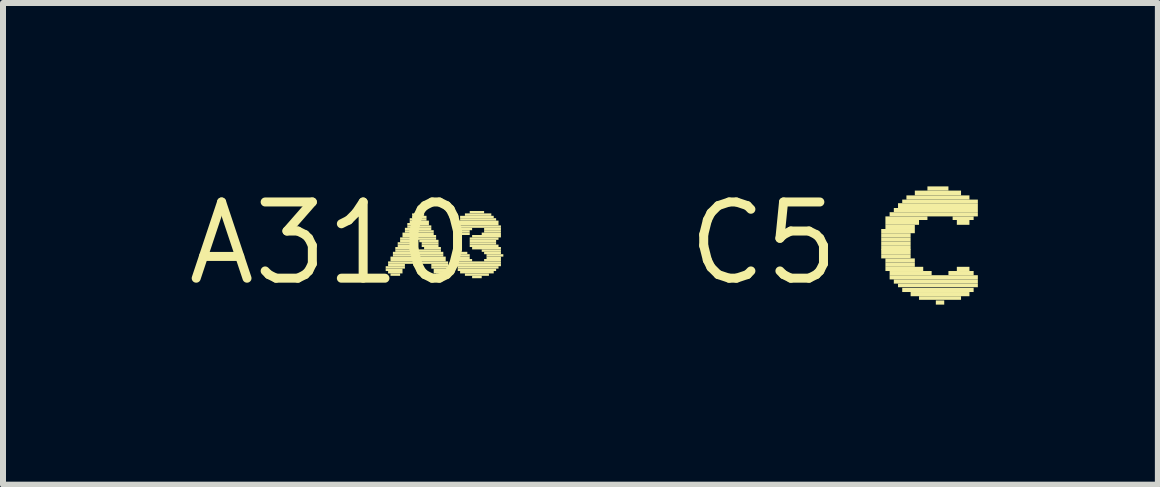
<source format=kicad_pcb>
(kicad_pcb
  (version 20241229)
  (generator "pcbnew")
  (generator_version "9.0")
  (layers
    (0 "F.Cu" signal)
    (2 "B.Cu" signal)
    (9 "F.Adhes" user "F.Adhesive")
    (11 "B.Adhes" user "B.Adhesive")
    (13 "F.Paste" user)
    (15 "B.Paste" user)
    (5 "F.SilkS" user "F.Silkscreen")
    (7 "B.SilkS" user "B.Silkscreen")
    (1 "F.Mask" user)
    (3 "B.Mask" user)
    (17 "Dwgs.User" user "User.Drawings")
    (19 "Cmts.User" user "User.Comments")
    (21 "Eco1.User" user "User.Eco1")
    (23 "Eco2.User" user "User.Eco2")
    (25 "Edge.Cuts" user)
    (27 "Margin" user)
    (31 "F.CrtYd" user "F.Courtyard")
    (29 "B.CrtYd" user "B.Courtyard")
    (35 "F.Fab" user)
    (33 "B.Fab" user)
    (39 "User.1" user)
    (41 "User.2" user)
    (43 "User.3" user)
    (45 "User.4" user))
  (footprint "A310"
    (layer "F.Cu")
    (at 2.457 1.006)
    (property "Reference" "A310" (at 0 0 0) (layer "F.SilkS") (effects (font (size 1.27 1.27) (thickness 0.15))))
    (attr through_hole)
    (fp_poly (pts (xy 0.92 0.42) (xy 1.24 0.42) (xy 1.24 0.38) (xy 0.92 0.38)) (stroke (width 0) (type solid)) (fill yes) (layer "F.SilkS"))
    (fp_poly (pts (xy 0.92 0.46) (xy 1.2 0.46) (xy 1.2 0.42) (xy 0.92 0.42)) (stroke (width 0) (type solid)) (fill yes) (layer "F.SilkS"))
    (fp_poly (pts (xy 0.96 0.34) (xy 1.96 0.34) (xy 1.96 0.3) (xy 0.96 0.3)) (stroke (width 0) (type solid)) (fill yes) (layer "F.SilkS"))
    (fp_poly (pts (xy 0.96 0.38) (xy 1.24 0.38) (xy 1.24 0.34) (xy 0.96 0.34)) (stroke (width 0) (type solid)) (fill yes) (layer "F.SilkS"))
    (fp_poly (pts (xy 0.96 0.5) (xy 1.2 0.5) (xy 1.2 0.46) (xy 0.96 0.46)) (stroke (width 0) (type solid)) (fill yes) (layer "F.SilkS"))
    (fp_poly (pts (xy 1 0.26) (xy 1.92 0.26) (xy 1.92 0.22) (xy 1 0.22)) (stroke (width 0) (type solid)) (fill yes) (layer "F.SilkS"))
    (fp_poly (pts (xy 1 0.3) (xy 1.92 0.3) (xy 1.92 0.26) (xy 1 0.26)) (stroke (width 0) (type solid)) (fill yes) (layer "F.SilkS"))
    (fp_poly (pts (xy 1 0.54) (xy 1.16 0.54) (xy 1.16 0.5) (xy 1 0.5)) (stroke (width 0) (type solid)) (fill yes) (layer "F.SilkS"))
    (fp_poly (pts (xy 1.04 0.18) (xy 1.88 0.18) (xy 1.88 0.14) (xy 1.04 0.14)) (stroke (width 0) (type solid)) (fill yes) (layer "F.SilkS"))
    (fp_poly (pts (xy 1.04 0.22) (xy 1.88 0.22) (xy 1.88 0.18) (xy 1.04 0.18)) (stroke (width 0) (type solid)) (fill yes) (layer "F.SilkS"))
    (fp_poly (pts (xy 1.08 0.1) (xy 1.4 0.1) (xy 1.4 0.06) (xy 1.08 0.06)) (stroke (width 0) (type solid)) (fill yes) (layer "F.SilkS"))
    (fp_poly (pts (xy 1.08 0.14) (xy 1.84 0.14) (xy 1.84 0.1) (xy 1.08 0.1)) (stroke (width 0) (type solid)) (fill yes) (layer "F.SilkS"))
    (fp_poly (pts (xy 1.12 0.02) (xy 1.44 0.02) (xy 1.44 -0.02) (xy 1.12 -0.02)) (stroke (width 0) (type solid)) (fill yes) (layer "F.SilkS"))
    (fp_poly (pts (xy 1.12 0.06) (xy 1.4 0.06) (xy 1.4 0.02) (xy 1.12 0.02)) (stroke (width 0) (type solid)) (fill yes) (layer "F.SilkS"))
    (fp_poly (pts (xy 1.16 -0.06) (xy 1.76 -0.06) (xy 1.76 -0.1) (xy 1.16 -0.1)) (stroke (width 0) (type solid)) (fill yes) (layer "F.SilkS"))
    (fp_poly (pts (xy 1.16 -0.02) (xy 1.44 -0.02) (xy 1.44 -0.06) (xy 1.16 -0.06)) (stroke (width 0) (type solid)) (fill yes) (layer "F.SilkS"))
    (fp_poly (pts (xy 1.2 -0.14) (xy 1.72 -0.14) (xy 1.72 -0.18) (xy 1.2 -0.18)) (stroke (width 0) (type solid)) (fill yes) (layer "F.SilkS"))
    (fp_poly (pts (xy 1.2 -0.1) (xy 1.76 -0.1) (xy 1.76 -0.14) (xy 1.2 -0.14)) (stroke (width 0) (type solid)) (fill yes) (layer "F.SilkS"))
    (fp_poly (pts (xy 1.24 -0.22) (xy 1.68 -0.22) (xy 1.68 -0.26) (xy 1.24 -0.26)) (stroke (width 0) (type solid)) (fill yes) (layer "F.SilkS"))
    (fp_poly (pts (xy 1.24 -0.18) (xy 1.72 -0.18) (xy 1.72 -0.22) (xy 1.24 -0.22)) (stroke (width 0) (type solid)) (fill yes) (layer "F.SilkS"))
    (fp_poly (pts (xy 1.28 -0.3) (xy 1.64 -0.3) (xy 1.64 -0.34) (xy 1.28 -0.34)) (stroke (width 0) (type solid)) (fill yes) (layer "F.SilkS"))
    (fp_poly (pts (xy 1.28 -0.26) (xy 1.68 -0.26) (xy 1.68 -0.3) (xy 1.28 -0.3)) (stroke (width 0) (type solid)) (fill yes) (layer "F.SilkS"))
    (fp_poly (pts (xy 1.32 -0.38) (xy 1.6 -0.38) (xy 1.6 -0.42) (xy 1.32 -0.42)) (stroke (width 0) (type solid)) (fill yes) (layer "F.SilkS"))
    (fp_poly (pts (xy 1.32 -0.34) (xy 1.64 -0.34) (xy 1.64 -0.38) (xy 1.32 -0.38)) (stroke (width 0) (type solid)) (fill yes) (layer "F.SilkS"))
    (fp_poly (pts (xy 1.36 -0.46) (xy 1.56 -0.46) (xy 1.56 -0.5) (xy 1.36 -0.5)) (stroke (width 0) (type solid)) (fill yes) (layer "F.SilkS"))
    (fp_poly (pts (xy 1.36 -0.42) (xy 1.6 -0.42) (xy 1.6 -0.46) (xy 1.36 -0.46)) (stroke (width 0) (type solid)) (fill yes) (layer "F.SilkS"))
    (fp_poly (pts (xy 1.44 -0.5) (xy 1.48 -0.5) (xy 1.48 -0.54) (xy 1.44 -0.54)) (stroke (width 0) (type solid)) (fill yes) (layer "F.SilkS"))
    (fp_poly (pts (xy 1.48 -0.02) (xy 1.8 -0.02) (xy 1.8 -0.06) (xy 1.48 -0.06)) (stroke (width 0) (type solid)) (fill yes) (layer "F.SilkS"))
    (fp_poly (pts (xy 1.52 0.02) (xy 1.8 0.02) (xy 1.8 -0.02) (xy 1.52 -0.02)) (stroke (width 0) (type solid)) (fill yes) (layer "F.SilkS"))
    (fp_poly (pts (xy 1.52 0.06) (xy 1.8 0.06) (xy 1.8 0.02) (xy 1.52 0.02)) (stroke (width 0) (type solid)) (fill yes) (layer "F.SilkS"))
    (fp_poly (pts (xy 1.56 0.1) (xy 1.84 0.1) (xy 1.84 0.06) (xy 1.56 0.06)) (stroke (width 0) (type solid)) (fill yes) (layer "F.SilkS"))
    (fp_poly (pts (xy 1.68 0.38) (xy 1.96 0.38) (xy 1.96 0.34) (xy 1.68 0.34)) (stroke (width 0) (type solid)) (fill yes) (layer "F.SilkS"))
    (fp_poly (pts (xy 1.68 0.42) (xy 2 0.42) (xy 2 0.38) (xy 1.68 0.38)) (stroke (width 0) (type solid)) (fill yes) (layer "F.SilkS"))
    (fp_poly (pts (xy 1.72 0.46) (xy 2 0.46) (xy 2 0.42) (xy 1.72 0.42)) (stroke (width 0) (type solid)) (fill yes) (layer "F.SilkS"))
    (fp_poly (pts (xy 1.72 0.5) (xy 2 0.5) (xy 2 0.46) (xy 1.72 0.46)) (stroke (width 0) (type solid)) (fill yes) (layer "F.SilkS"))
    (fp_poly (pts (xy 1.76 0.54) (xy 1.92 0.54) (xy 1.92 0.5) (xy 1.76 0.5)) (stroke (width 0) (type solid)) (fill yes) (layer "F.SilkS"))
    (fp_poly (pts (xy 2.04 0.22) (xy 2.32 0.22) (xy 2.32 0.18) (xy 2.04 0.18)) (stroke (width 0) (type solid)) (fill yes) (layer "F.SilkS"))
    (fp_poly (pts (xy 2.04 0.26) (xy 2.32 0.26) (xy 2.32 0.22) (xy 2.04 0.22)) (stroke (width 0) (type solid)) (fill yes) (layer "F.SilkS"))
    (fp_poly (pts (xy 2.04 0.3) (xy 2.36 0.3) (xy 2.36 0.26) (xy 2.04 0.26)) (stroke (width 0) (type solid)) (fill yes) (layer "F.SilkS"))
    (fp_poly (pts (xy 2.08 -0.26) (xy 2.84 -0.26) (xy 2.84 -0.3) (xy 2.08 -0.3)) (stroke (width 0) (type solid)) (fill yes) (layer "F.SilkS"))
    (fp_poly (pts (xy 2.08 -0.22) (xy 2.36 -0.22) (xy 2.36 -0.26) (xy 2.08 -0.26)) (stroke (width 0) (type solid)) (fill yes) (layer "F.SilkS"))
    (fp_poly (pts (xy 2.08 0.18) (xy 2.28 0.18) (xy 2.28 0.14) (xy 2.08 0.14)) (stroke (width 0) (type solid)) (fill yes) (layer "F.SilkS"))
    (fp_poly (pts (xy 2.08 0.34) (xy 2.84 0.34) (xy 2.84 0.3) (xy 2.08 0.3)) (stroke (width 0) (type solid)) (fill yes) (layer "F.SilkS"))
    (fp_poly (pts (xy 2.08 0.38) (xy 2.84 0.38) (xy 2.84 0.34) (xy 2.08 0.34)) (stroke (width 0) (type solid)) (fill yes) (layer "F.SilkS"))
    (fp_poly (pts (xy 2.12 -0.34) (xy 2.8 -0.34) (xy 2.8 -0.38) (xy 2.12 -0.38)) (stroke (width 0) (type solid)) (fill yes) (layer "F.SilkS"))
    (fp_poly (pts (xy 2.12 -0.3) (xy 2.8 -0.3) (xy 2.8 -0.34) (xy 2.12 -0.34)) (stroke (width 0) (type solid)) (fill yes) (layer "F.SilkS"))
    (fp_poly (pts (xy 2.12 -0.18) (xy 2.32 -0.18) (xy 2.32 -0.22) (xy 2.12 -0.22)) (stroke (width 0) (type solid)) (fill yes) (layer "F.SilkS"))
    (fp_poly (pts (xy 2.12 0.42) (xy 2.8 0.42) (xy 2.8 0.38) (xy 2.12 0.38)) (stroke (width 0) (type solid)) (fill yes) (layer "F.SilkS"))
    (fp_poly (pts (xy 2.12 0.46) (xy 2.76 0.46) (xy 2.76 0.42) (xy 2.12 0.42)) (stroke (width 0) (type solid)) (fill yes) (layer "F.SilkS"))
    (fp_poly (pts (xy 2.16 -0.42) (xy 2.72 -0.42) (xy 2.72 -0.46) (xy 2.16 -0.46)) (stroke (width 0) (type solid)) (fill yes) (layer "F.SilkS"))
    (fp_poly (pts (xy 2.16 -0.38) (xy 2.76 -0.38) (xy 2.76 -0.42) (xy 2.16 -0.42)) (stroke (width 0) (type solid)) (fill yes) (layer "F.SilkS"))
    (fp_poly (pts (xy 2.16 -0.14) (xy 2.32 -0.14) (xy 2.32 -0.18) (xy 2.16 -0.18)) (stroke (width 0) (type solid)) (fill yes) (layer "F.SilkS"))
    (fp_poly (pts (xy 2.16 0.5) (xy 2.72 0.5) (xy 2.72 0.46) (xy 2.16 0.46)) (stroke (width 0) (type solid)) (fill yes) (layer "F.SilkS"))
    (fp_poly (pts (xy 2.24 -0.46) (xy 2.68 -0.46) (xy 2.68 -0.5) (xy 2.24 -0.5)) (stroke (width 0) (type solid)) (fill yes) (layer "F.SilkS"))
    (fp_poly (pts (xy 2.24 0.54) (xy 2.64 0.54) (xy 2.64 0.5) (xy 2.24 0.5)) (stroke (width 0) (type solid)) (fill yes) (layer "F.SilkS"))
    (fp_poly (pts (xy 2.32 -0.5) (xy 2.56 -0.5) (xy 2.56 -0.54) (xy 2.32 -0.54)) (stroke (width 0) (type solid)) (fill yes) (layer "F.SilkS"))
    (fp_poly (pts (xy 2.32 -0.06) (xy 2.8 -0.06) (xy 2.8 -0.1) (xy 2.32 -0.1)) (stroke (width 0) (type solid)) (fill yes) (layer "F.SilkS"))
    (fp_poly (pts (xy 2.32 -0.02) (xy 2.76 -0.02) (xy 2.76 -0.06) (xy 2.32 -0.06)) (stroke (width 0) (type solid)) (fill yes) (layer "F.SilkS"))
    (fp_poly (pts (xy 2.32 0.02) (xy 2.76 0.02) (xy 2.76 -0.02) (xy 2.32 -0.02)) (stroke (width 0) (type solid)) (fill yes) (layer "F.SilkS"))
    (fp_poly (pts (xy 2.32 0.06) (xy 2.8 0.06) (xy 2.8 0.02) (xy 2.32 0.02)) (stroke (width 0) (type solid)) (fill yes) (layer "F.SilkS"))
    (fp_poly (pts (xy 2.36 -0.1) (xy 2.84 -0.1) (xy 2.84 -0.14) (xy 2.36 -0.14)) (stroke (width 0) (type solid)) (fill yes) (layer "F.SilkS"))
    (fp_poly (pts (xy 2.36 0.1) (xy 2.84 0.1) (xy 2.84 0.06) (xy 2.36 0.06)) (stroke (width 0) (type solid)) (fill yes) (layer "F.SilkS"))
    (fp_poly (pts (xy 2.36 0.58) (xy 2.52 0.58) (xy 2.52 0.54) (xy 2.36 0.54)) (stroke (width 0) (type solid)) (fill yes) (layer "F.SilkS"))
    (fp_poly (pts (xy 2.52 -0.14) (xy 2.84 -0.14) (xy 2.84 -0.18) (xy 2.52 -0.18)) (stroke (width 0) (type solid)) (fill yes) (layer "F.SilkS"))
    (fp_poly (pts (xy 2.52 0.14) (xy 2.84 0.14) (xy 2.84 0.1) (xy 2.52 0.1)) (stroke (width 0) (type solid)) (fill yes) (layer "F.SilkS"))
    (fp_poly (pts (xy 2.56 -0.22) (xy 2.84 -0.22) (xy 2.84 -0.26) (xy 2.56 -0.26)) (stroke (width 0) (type solid)) (fill yes) (layer "F.SilkS"))
    (fp_poly (pts (xy 2.56 -0.18) (xy 2.84 -0.18) (xy 2.84 -0.22) (xy 2.56 -0.22)) (stroke (width 0) (type solid)) (fill yes) (layer "F.SilkS"))
    (fp_poly (pts (xy 2.56 0.18) (xy 2.84 0.18) (xy 2.84 0.14) (xy 2.56 0.14)) (stroke (width 0) (type solid)) (fill yes) (layer "F.SilkS"))
    (fp_poly (pts (xy 2.56 0.3) (xy 2.84 0.3) (xy 2.84 0.26) (xy 2.56 0.26)) (stroke (width 0) (type solid)) (fill yes) (layer "F.SilkS"))
    (fp_poly (pts (xy 2.6 0.22) (xy 2.88 0.22) (xy 2.88 0.18) (xy 2.6 0.18)) (stroke (width 0) (type solid)) (fill yes) (layer "F.SilkS"))
    (fp_poly (pts (xy 2.6 0.26) (xy 2.84 0.26) (xy 2.84 0.22) (xy 2.6 0.22)) (stroke (width 0) (type solid)) (fill yes) (layer "F.SilkS")))
  (footprint "C5"
    (layer "F.Cu")
    (at 9.674 1.006)
    (property "Reference" "C5" (at 0 0 0) (layer "F.SilkS") (effects (font (size 1.27 1.27) (thickness 0.15))))
    (attr through_hole)
    (fp_poly (pts (xy 1.96 -0.17) (xy 2.52 -0.17) (xy 2.52 -0.24) (xy 1.96 -0.24)) (stroke (width 0) (type solid)) (fill yes) (layer "F.SilkS"))
    (fp_poly (pts (xy 1.96 -0.1) (xy 2.45 -0.1) (xy 2.45 -0.17) (xy 1.96 -0.17)) (stroke (width 0) (type solid)) (fill yes) (layer "F.SilkS"))
    (fp_poly (pts (xy 1.96 -0.03) (xy 2.45 -0.03) (xy 2.45 -0.1) (xy 1.96 -0.1)) (stroke (width 0) (type solid)) (fill yes) (layer "F.SilkS"))
    (fp_poly (pts (xy 1.96 0.04) (xy 2.45 0.04) (xy 2.45 -0.03) (xy 1.96 -0.03)) (stroke (width 0) (type solid)) (fill yes) (layer "F.SilkS"))
    (fp_poly (pts (xy 1.96 0.11) (xy 2.45 0.11) (xy 2.45 0.04) (xy 1.96 0.04)) (stroke (width 0) (type solid)) (fill yes) (layer "F.SilkS"))
    (fp_poly (pts (xy 1.96 0.18) (xy 2.45 0.18) (xy 2.45 0.1) (xy 1.96 0.1)) (stroke (width 0) (type solid)) (fill yes) (layer "F.SilkS"))
    (fp_poly (pts (xy 1.96 0.25) (xy 2.45 0.25) (xy 2.45 0.18) (xy 1.96 0.18)) (stroke (width 0) (type solid)) (fill yes) (layer "F.SilkS"))
    (fp_poly (pts (xy 2.03 -0.39) (xy 2.73 -0.39) (xy 2.73 -0.45) (xy 2.03 -0.45)) (stroke (width 0) (type solid)) (fill yes) (layer "F.SilkS"))
    (fp_poly (pts (xy 2.03 -0.31) (xy 2.59 -0.31) (xy 2.59 -0.39) (xy 2.03 -0.39)) (stroke (width 0) (type solid)) (fill yes) (layer "F.SilkS"))
    (fp_poly (pts (xy 2.03 -0.24) (xy 2.52 -0.24) (xy 2.52 -0.31) (xy 2.03 -0.31)) (stroke (width 0) (type solid)) (fill yes) (layer "F.SilkS"))
    (fp_poly (pts (xy 2.03 0.32) (xy 2.52 0.32) (xy 2.52 0.25) (xy 2.03 0.25)) (stroke (width 0) (type solid)) (fill yes) (layer "F.SilkS"))
    (fp_poly (pts (xy 2.03 0.39) (xy 2.52 0.39) (xy 2.52 0.32) (xy 2.03 0.32)) (stroke (width 0) (type solid)) (fill yes) (layer "F.SilkS"))
    (fp_poly (pts (xy 2.03 0.46) (xy 2.66 0.46) (xy 2.66 0.39) (xy 2.03 0.39)) (stroke (width 0) (type solid)) (fill yes) (layer "F.SilkS"))
    (fp_poly (pts (xy 2.1 -0.45) (xy 3.57 -0.45) (xy 3.57 -0.52) (xy 2.1 -0.52)) (stroke (width 0) (type solid)) (fill yes) (layer "F.SilkS"))
    (fp_poly (pts (xy 2.1 0.53) (xy 2.8 0.53) (xy 2.8 0.46) (xy 2.1 0.46)) (stroke (width 0) (type solid)) (fill yes) (layer "F.SilkS"))
    (fp_poly (pts (xy 2.1 0.6) (xy 3.57 0.6) (xy 3.57 0.53) (xy 2.1 0.53)) (stroke (width 0) (type solid)) (fill yes) (layer "F.SilkS"))
    (fp_poly (pts (xy 2.17 -0.52) (xy 3.57 -0.52) (xy 3.57 -0.59) (xy 2.17 -0.59)) (stroke (width 0) (type solid)) (fill yes) (layer "F.SilkS"))
    (fp_poly (pts (xy 2.17 0.67) (xy 3.57 0.67) (xy 3.57 0.6) (xy 2.17 0.6)) (stroke (width 0) (type solid)) (fill yes) (layer "F.SilkS"))
    (fp_poly (pts (xy 2.24 -0.59) (xy 3.57 -0.59) (xy 3.57 -0.67) (xy 2.24 -0.67)) (stroke (width 0) (type solid)) (fill yes) (layer "F.SilkS"))
    (fp_poly (pts (xy 2.24 0.73) (xy 3.57 0.73) (xy 3.57 0.67) (xy 2.24 0.67)) (stroke (width 0) (type solid)) (fill yes) (layer "F.SilkS"))
    (fp_poly (pts (xy 2.31 -0.67) (xy 3.57 -0.67) (xy 3.57 -0.73) (xy 2.31 -0.73)) (stroke (width 0) (type solid)) (fill yes) (layer "F.SilkS"))
    (fp_poly (pts (xy 2.31 0.81) (xy 3.5 0.81) (xy 3.5 0.74) (xy 2.31 0.74)) (stroke (width 0) (type solid)) (fill yes) (layer "F.SilkS"))
    (fp_poly (pts (xy 2.38 -0.73) (xy 3.43 -0.73) (xy 3.43 -0.8) (xy 2.38 -0.8)) (stroke (width 0) (type solid)) (fill yes) (layer "F.SilkS"))
    (fp_poly (pts (xy 2.45 0.88) (xy 3.43 0.88) (xy 3.43 0.81) (xy 2.45 0.81)) (stroke (width 0) (type solid)) (fill yes) (layer "F.SilkS"))
    (fp_poly (pts (xy 2.52 -0.8) (xy 3.29 -0.8) (xy 3.29 -0.88) (xy 2.52 -0.88)) (stroke (width 0) (type solid)) (fill yes) (layer "F.SilkS"))
    (fp_poly (pts (xy 2.59 0.94) (xy 3.29 0.94) (xy 3.29 0.88) (xy 2.59 0.88)) (stroke (width 0) (type solid)) (fill yes) (layer "F.SilkS"))
    (fp_poly (pts (xy 2.73 -0.88) (xy 3.08 -0.88) (xy 3.08 -0.95) (xy 2.73 -0.95)) (stroke (width 0) (type solid)) (fill yes) (layer "F.SilkS"))
    (fp_poly (pts (xy 2.87 1.02) (xy 3.01 1.02) (xy 3.01 0.95) (xy 2.87 0.95)) (stroke (width 0) (type solid)) (fill yes) (layer "F.SilkS"))
    (fp_poly (pts (xy 3.08 0.53) (xy 3.5 0.53) (xy 3.5 0.46) (xy 3.08 0.46)) (stroke (width 0) (type solid)) (fill yes) (layer "F.SilkS"))
    (fp_poly (pts (xy 3.15 -0.39) (xy 3.5 -0.39) (xy 3.5 -0.45) (xy 3.15 -0.45)) (stroke (width 0) (type solid)) (fill yes) (layer "F.SilkS"))
    (fp_poly (pts (xy 3.22 -0.31) (xy 3.43 -0.31) (xy 3.43 -0.39) (xy 3.22 -0.39)) (stroke (width 0) (type solid)) (fill yes) (layer "F.SilkS"))
    (fp_poly (pts (xy 3.22 0.46) (xy 3.43 0.46) (xy 3.43 0.39) (xy 3.22 0.39)) (stroke (width 0) (type solid)) (fill yes) (layer "F.SilkS")))
  (gr_rect
    (start -3 -3)
    (end 16.244 5.026)
    (stroke (width 0.1) (type default))
    (fill no)
    (layer "Edge.Cuts")))
</source>
